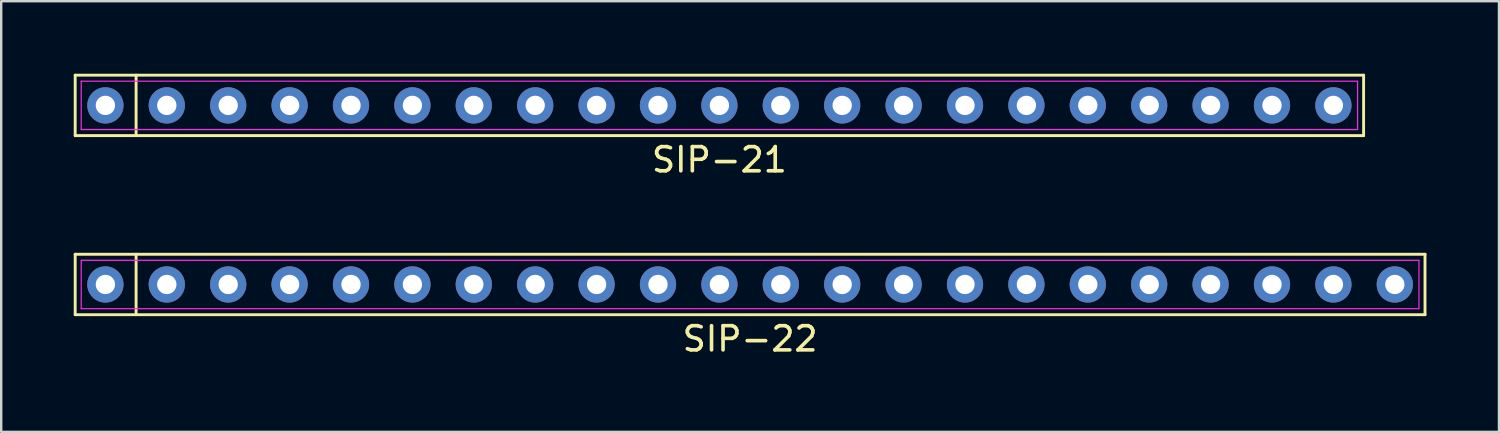
<source format=kicad_pcb>
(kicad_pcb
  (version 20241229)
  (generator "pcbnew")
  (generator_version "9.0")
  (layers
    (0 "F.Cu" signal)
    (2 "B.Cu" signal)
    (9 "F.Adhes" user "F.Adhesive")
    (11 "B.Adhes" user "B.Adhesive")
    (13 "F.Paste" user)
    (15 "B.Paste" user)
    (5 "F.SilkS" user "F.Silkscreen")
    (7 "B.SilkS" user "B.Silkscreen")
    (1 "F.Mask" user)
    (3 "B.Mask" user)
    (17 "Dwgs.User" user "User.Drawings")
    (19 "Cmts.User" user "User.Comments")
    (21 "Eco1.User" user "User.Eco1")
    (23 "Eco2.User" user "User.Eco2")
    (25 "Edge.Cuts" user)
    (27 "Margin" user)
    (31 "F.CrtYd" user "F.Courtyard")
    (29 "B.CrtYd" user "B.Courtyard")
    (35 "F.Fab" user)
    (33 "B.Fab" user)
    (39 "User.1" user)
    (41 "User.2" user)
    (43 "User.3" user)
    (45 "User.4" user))
  (footprint "SIP-22"
    (layer "F.Cu")
    (at 27.98 8.718)
    (property "Reference" "SIP-22" (at 0 2.25 0) (layer "F.SilkS") (effects (font (size 1 1) (thickness 0.15))))
    (attr through_hole)
    (fp_line (start -27.92 -1.25) (end 27.92 -1.25) (stroke (width 0.12) (type default)) (layer "F.SilkS"))
    (fp_line (start -27.92 1.25) (end -27.92 -1.25) (stroke (width 0.12) (type default)) (layer "F.SilkS"))
    (fp_line (start -25.4 -1.25) (end -25.4 1.25) (stroke (width 0.12) (type default)) (layer "F.SilkS"))
    (fp_line (start 27.92 -1.25) (end 27.92 1.25) (stroke (width 0.12) (type default)) (layer "F.SilkS"))
    (fp_line (start 27.92 1.25) (end -27.92 1.25) (stroke (width 0.12) (type default)) (layer "F.SilkS"))
    (fp_line (start -27.67 -1) (end 27.67 -1) (stroke (width 0.05) (type default)) (layer "F.CrtYd"))
    (fp_line (start -27.67 1) (end -27.67 -1) (stroke (width 0.05) (type default)) (layer "F.CrtYd"))
    (fp_line (start 27.67 -1) (end 27.67 1) (stroke (width 0.05) (type default)) (layer "F.CrtYd"))
    (fp_line (start 27.67 1) (end -27.67 1) (stroke (width 0.05) (type default)) (layer "F.CrtYd"))
    (pad "1" thru_hole circle (at -26.67 0) (size 1.5 1.5) (drill 0.8) (layers "*.Cu" "*.Mask"))
    (pad "2" thru_hole circle (at -24.13 0) (size 1.5 1.5) (drill 0.8) (layers "*.Cu" "*.Mask"))
    (pad "3" thru_hole circle (at -21.59 0) (size 1.5 1.5) (drill 0.8) (layers "*.Cu" "*.Mask"))
    (pad "4" thru_hole circle (at -19.05 0) (size 1.5 1.5) (drill 0.8) (layers "*.Cu" "*.Mask"))
    (pad "5" thru_hole circle (at -16.51 0) (size 1.5 1.5) (drill 0.8) (layers "*.Cu" "*.Mask"))
    (pad "6" thru_hole circle (at -13.97 0) (size 1.5 1.5) (drill 0.8) (layers "*.Cu" "*.Mask"))
    (pad "7" thru_hole circle (at -11.43 0) (size 1.5 1.5) (drill 0.8) (layers "*.Cu" "*.Mask"))
    (pad "8" thru_hole circle (at -8.89 0) (size 1.5 1.5) (drill 0.8) (layers "*.Cu" "*.Mask"))
    (pad "9" thru_hole circle (at -6.35 0) (size 1.5 1.5) (drill 0.8) (layers "*.Cu" "*.Mask"))
    (pad "10" thru_hole circle (at -3.81 0) (size 1.5 1.5) (drill 0.8) (layers "*.Cu" "*.Mask"))
    (pad "11" thru_hole circle (at -1.27 0) (size 1.5 1.5) (drill 0.8) (layers "*.Cu" "*.Mask"))
    (pad "12" thru_hole circle (at 1.27 0) (size 1.5 1.5) (drill 0.8) (layers "*.Cu" "*.Mask"))
    (pad "13" thru_hole circle (at 3.81 0) (size 1.5 1.5) (drill 0.8) (layers "*.Cu" "*.Mask"))
    (pad "14" thru_hole circle (at 6.35 0) (size 1.5 1.5) (drill 0.8) (layers "*.Cu" "*.Mask"))
    (pad "15" thru_hole circle (at 8.89 0) (size 1.5 1.5) (drill 0.8) (layers "*.Cu" "*.Mask"))
    (pad "16" thru_hole circle (at 11.43 0) (size 1.5 1.5) (drill 0.8) (layers "*.Cu" "*.Mask"))
    (pad "17" thru_hole circle (at 13.97 0) (size 1.5 1.5) (drill 0.8) (layers "*.Cu" "*.Mask"))
    (pad "18" thru_hole circle (at 16.51 0) (size 1.5 1.5) (drill 0.8) (layers "*.Cu" "*.Mask"))
    (pad "19" thru_hole circle (at 19.05 0) (size 1.5 1.5) (drill 0.8) (layers "*.Cu" "*.Mask"))
    (pad "20" thru_hole circle (at 21.59 0) (size 1.5 1.5) (drill 0.8) (layers "*.Cu" "*.Mask"))
    (pad "21" thru_hole circle (at 24.13 0) (size 1.5 1.5) (drill 0.8) (layers "*.Cu" "*.Mask"))
    (pad "22" thru_hole circle (at 26.67 0) (size 1.5 1.5) (drill 0.8) (layers "*.Cu" "*.Mask")))
  (footprint "SIP-21"
    (layer "F.Cu")
    (at 26.71 1.31)
    (property "Reference" "SIP-21" (at 0 2.25 0) (layer "F.SilkS") (effects (font (size 1 1) (thickness 0.15))))
    (attr through_hole)
    (fp_line (start -26.65 -1.25) (end 26.65 -1.25) (stroke (width 0.12) (type default)) (layer "F.SilkS"))
    (fp_line (start -26.65 1.25) (end -26.65 -1.25) (stroke (width 0.12) (type default)) (layer "F.SilkS"))
    (fp_line (start -24.13 -1.25) (end -24.13 1.25) (stroke (width 0.12) (type default)) (layer "F.SilkS"))
    (fp_line (start 26.65 -1.25) (end 26.65 1.25) (stroke (width 0.12) (type default)) (layer "F.SilkS"))
    (fp_line (start 26.65 1.25) (end -26.65 1.25) (stroke (width 0.12) (type default)) (layer "F.SilkS"))
    (fp_line (start -26.4 -1) (end 26.4 -1) (stroke (width 0.05) (type default)) (layer "F.CrtYd"))
    (fp_line (start -26.4 1) (end -26.4 -1) (stroke (width 0.05) (type default)) (layer "F.CrtYd"))
    (fp_line (start 26.4 -1) (end 26.4 1) (stroke (width 0.05) (type default)) (layer "F.CrtYd"))
    (fp_line (start 26.4 1) (end -26.4 1) (stroke (width 0.05) (type default)) (layer "F.CrtYd"))
    (pad "1" thru_hole circle (at -25.4 0) (size 1.5 1.5) (drill 0.8) (layers "*.Cu" "*.Mask"))
    (pad "2" thru_hole circle (at -22.86 0) (size 1.5 1.5) (drill 0.8) (layers "*.Cu" "*.Mask"))
    (pad "3" thru_hole circle (at -20.32 0) (size 1.5 1.5) (drill 0.8) (layers "*.Cu" "*.Mask"))
    (pad "4" thru_hole circle (at -17.78 0) (size 1.5 1.5) (drill 0.8) (layers "*.Cu" "*.Mask"))
    (pad "5" thru_hole circle (at -15.24 0) (size 1.5 1.5) (drill 0.8) (layers "*.Cu" "*.Mask"))
    (pad "6" thru_hole circle (at -12.7 0) (size 1.5 1.5) (drill 0.8) (layers "*.Cu" "*.Mask"))
    (pad "7" thru_hole circle (at -10.16 0) (size 1.5 1.5) (drill 0.8) (layers "*.Cu" "*.Mask"))
    (pad "8" thru_hole circle (at -7.62 0) (size 1.5 1.5) (drill 0.8) (layers "*.Cu" "*.Mask"))
    (pad "9" thru_hole circle (at -5.08 0) (size 1.5 1.5) (drill 0.8) (layers "*.Cu" "*.Mask"))
    (pad "10" thru_hole circle (at -2.54 0) (size 1.5 1.5) (drill 0.8) (layers "*.Cu" "*.Mask"))
    (pad "11" thru_hole circle (at 0 0) (size 1.5 1.5) (drill 0.8) (layers "*.Cu" "*.Mask"))
    (pad "12" thru_hole circle (at 2.54 0) (size 1.5 1.5) (drill 0.8) (layers "*.Cu" "*.Mask"))
    (pad "13" thru_hole circle (at 5.08 0) (size 1.5 1.5) (drill 0.8) (layers "*.Cu" "*.Mask"))
    (pad "14" thru_hole circle (at 7.62 0) (size 1.5 1.5) (drill 0.8) (layers "*.Cu" "*.Mask"))
    (pad "15" thru_hole circle (at 10.16 0) (size 1.5 1.5) (drill 0.8) (layers "*.Cu" "*.Mask"))
    (pad "16" thru_hole circle (at 12.7 0) (size 1.5 1.5) (drill 0.8) (layers "*.Cu" "*.Mask"))
    (pad "17" thru_hole circle (at 15.24 0) (size 1.5 1.5) (drill 0.8) (layers "*.Cu" "*.Mask"))
    (pad "18" thru_hole circle (at 17.78 0) (size 1.5 1.5) (drill 0.8) (layers "*.Cu" "*.Mask"))
    (pad "19" thru_hole circle (at 20.32 0) (size 1.5 1.5) (drill 0.8) (layers "*.Cu" "*.Mask"))
    (pad "20" thru_hole circle (at 22.86 0) (size 1.5 1.5) (drill 0.8) (layers "*.Cu" "*.Mask"))
    (pad "21" thru_hole circle (at 25.4 0) (size 1.5 1.5) (drill 0.8) (layers "*.Cu" "*.Mask")))
  (gr_rect
    (start -3 -3)
    (end 58.96 14.816)
    (stroke (width 0.1) (type default))
    (fill no)
    (layer "Edge.Cuts")))
</source>
